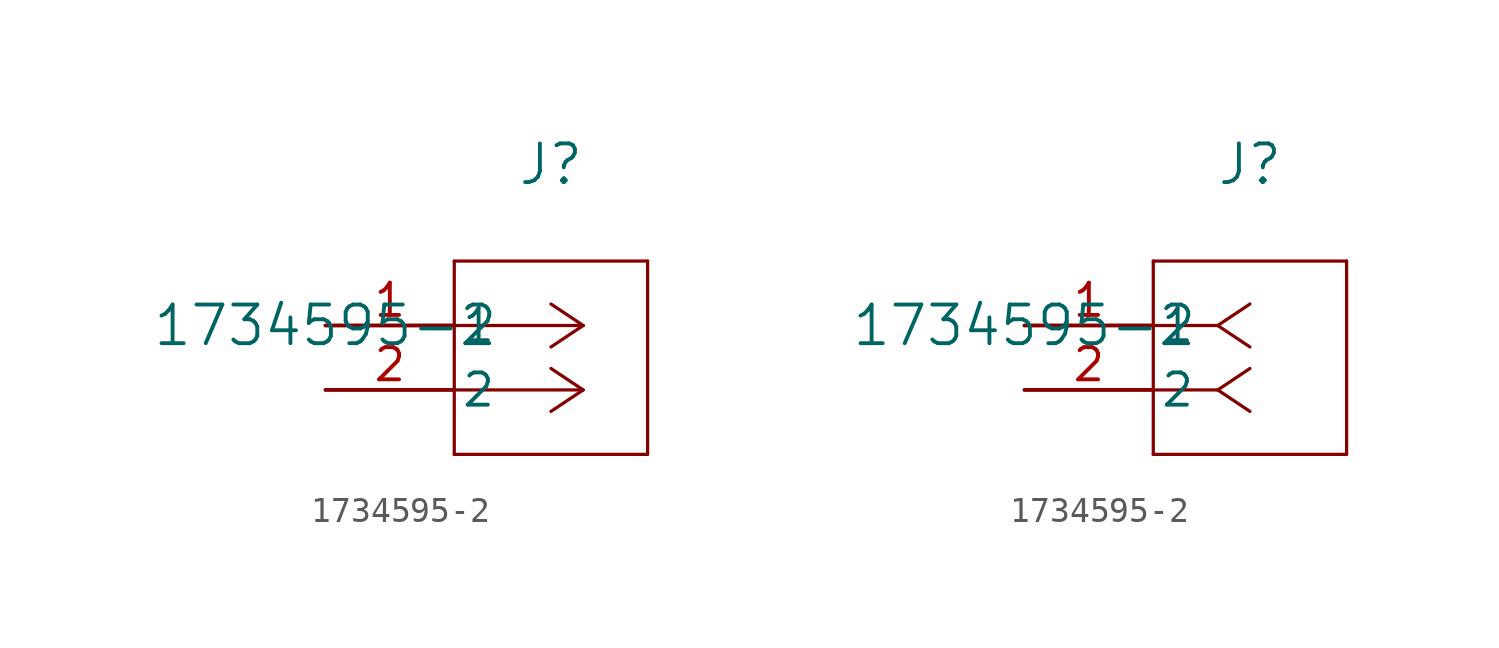
<source format=kicad_sym>
(kicad_symbol_lib
  (version 20211014)
  (generator kicad_symbol_editor)
  (symbol "1734595-2"
    (pin_names
      (offset 0.254))
    (property "Reference" "J"
      (at 8.89 6.35 0)
      (effects (font (size 1.524 1.524))))
    (property "Value" "1734595-2"
      (at 0 0 0)
      (effects (font (size 1.524 1.524))))
    (symbol "1734595-2_1_1"
      (polyline (pts (xy 10.16 0) (xy 5.08 0)) (stroke (width 0.127) (type default) (color 0 0 0 0)) (fill (type none)))
      (polyline (pts (xy 10.16 -2.54) (xy 5.08 -2.54)) (stroke (width 0.127) (type default) (color 0 0 0 0)) (fill (type none)))
      (polyline (pts (xy 10.16 0) (xy 8.89 0.847)) (stroke (width 0.127) (type default) (color 0 0 0 0)) (fill (type none)))
      (polyline (pts (xy 10.16 -2.54) (xy 8.89 -1.693)) (stroke (width 0.127) (type default) (color 0 0 0 0)) (fill (type none)))
      (polyline (pts (xy 10.16 0) (xy 8.89 -0.847)) (stroke (width 0.127) (type default) (color 0 0 0 0)) (fill (type none)))
      (polyline (pts (xy 10.16 -2.54) (xy 8.89 -3.387)) (stroke (width 0.127) (type default) (color 0 0 0 0)) (fill (type none)))
      (polyline (pts (xy 5.08 2.54) (xy 5.08 -5.08)) (stroke (width 0.127) (type default) (color 0 0 0 0)) (fill (type none)))
      (polyline (pts (xy 5.08 -5.08) (xy 12.7 -5.08)) (stroke (width 0.127) (type default) (color 0 0 0 0)) (fill (type none)))
      (polyline (pts (xy 12.7 -5.08) (xy 12.7 2.54)) (stroke (width 0.127) (type default) (color 0 0 0 0)) (fill (type none)))
      (polyline (pts (xy 12.7 2.54) (xy 5.08 2.54)) (stroke (width 0.127) (type default) (color 0 0 0 0)) (fill (type none)))
      (pin unspecified line (at 0 0 0) (length 5.08) (name "1" (effects (font (size 1.27 1.27)))) (number "1" (effects (font (size 1.27 1.27)))))
      (pin unspecified line (at 0 -2.54 0) (length 5.08) (name "2" (effects (font (size 1.27 1.27)))) (number "2" (effects (font (size 1.27 1.27))))))
    (symbol "1734595-2_1_2"
      (polyline (pts (xy 7.62 0) (xy 5.08 0)) (stroke (width 0.127) (type default) (color 0 0 0 0)) (fill (type none)))
      (polyline (pts (xy 7.62 -2.54) (xy 5.08 -2.54)) (stroke (width 0.127) (type default) (color 0 0 0 0)) (fill (type none)))
      (polyline (pts (xy 7.62 0) (xy 8.89 0.847)) (stroke (width 0.127) (type default) (color 0 0 0 0)) (fill (type none)))
      (polyline (pts (xy 7.62 -2.54) (xy 8.89 -1.693)) (stroke (width 0.127) (type default) (color 0 0 0 0)) (fill (type none)))
      (polyline (pts (xy 7.62 0) (xy 8.89 -0.847)) (stroke (width 0.127) (type default) (color 0 0 0 0)) (fill (type none)))
      (polyline (pts (xy 7.62 -2.54) (xy 8.89 -3.387)) (stroke (width 0.127) (type default) (color 0 0 0 0)) (fill (type none)))
      (polyline (pts (xy 5.08 2.54) (xy 5.08 -5.08)) (stroke (width 0.127) (type default) (color 0 0 0 0)) (fill (type none)))
      (polyline (pts (xy 5.08 -5.08) (xy 12.7 -5.08)) (stroke (width 0.127) (type default) (color 0 0 0 0)) (fill (type none)))
      (polyline (pts (xy 12.7 -5.08) (xy 12.7 2.54)) (stroke (width 0.127) (type default) (color 0 0 0 0)) (fill (type none)))
      (polyline (pts (xy 12.7 2.54) (xy 5.08 2.54)) (stroke (width 0.127) (type default) (color 0 0 0 0)) (fill (type none)))
      (pin unspecified line (at 0 0 0) (length 5.08) (name "1" (effects (font (size 1.27 1.27)))) (number "1" (effects (font (size 1.27 1.27)))))
      (pin unspecified line (at 0 -2.54 0) (length 5.08) (name "2" (effects (font (size 1.27 1.27)))) (number "2" (effects (font (size 1.27 1.27))))))))
</source>
